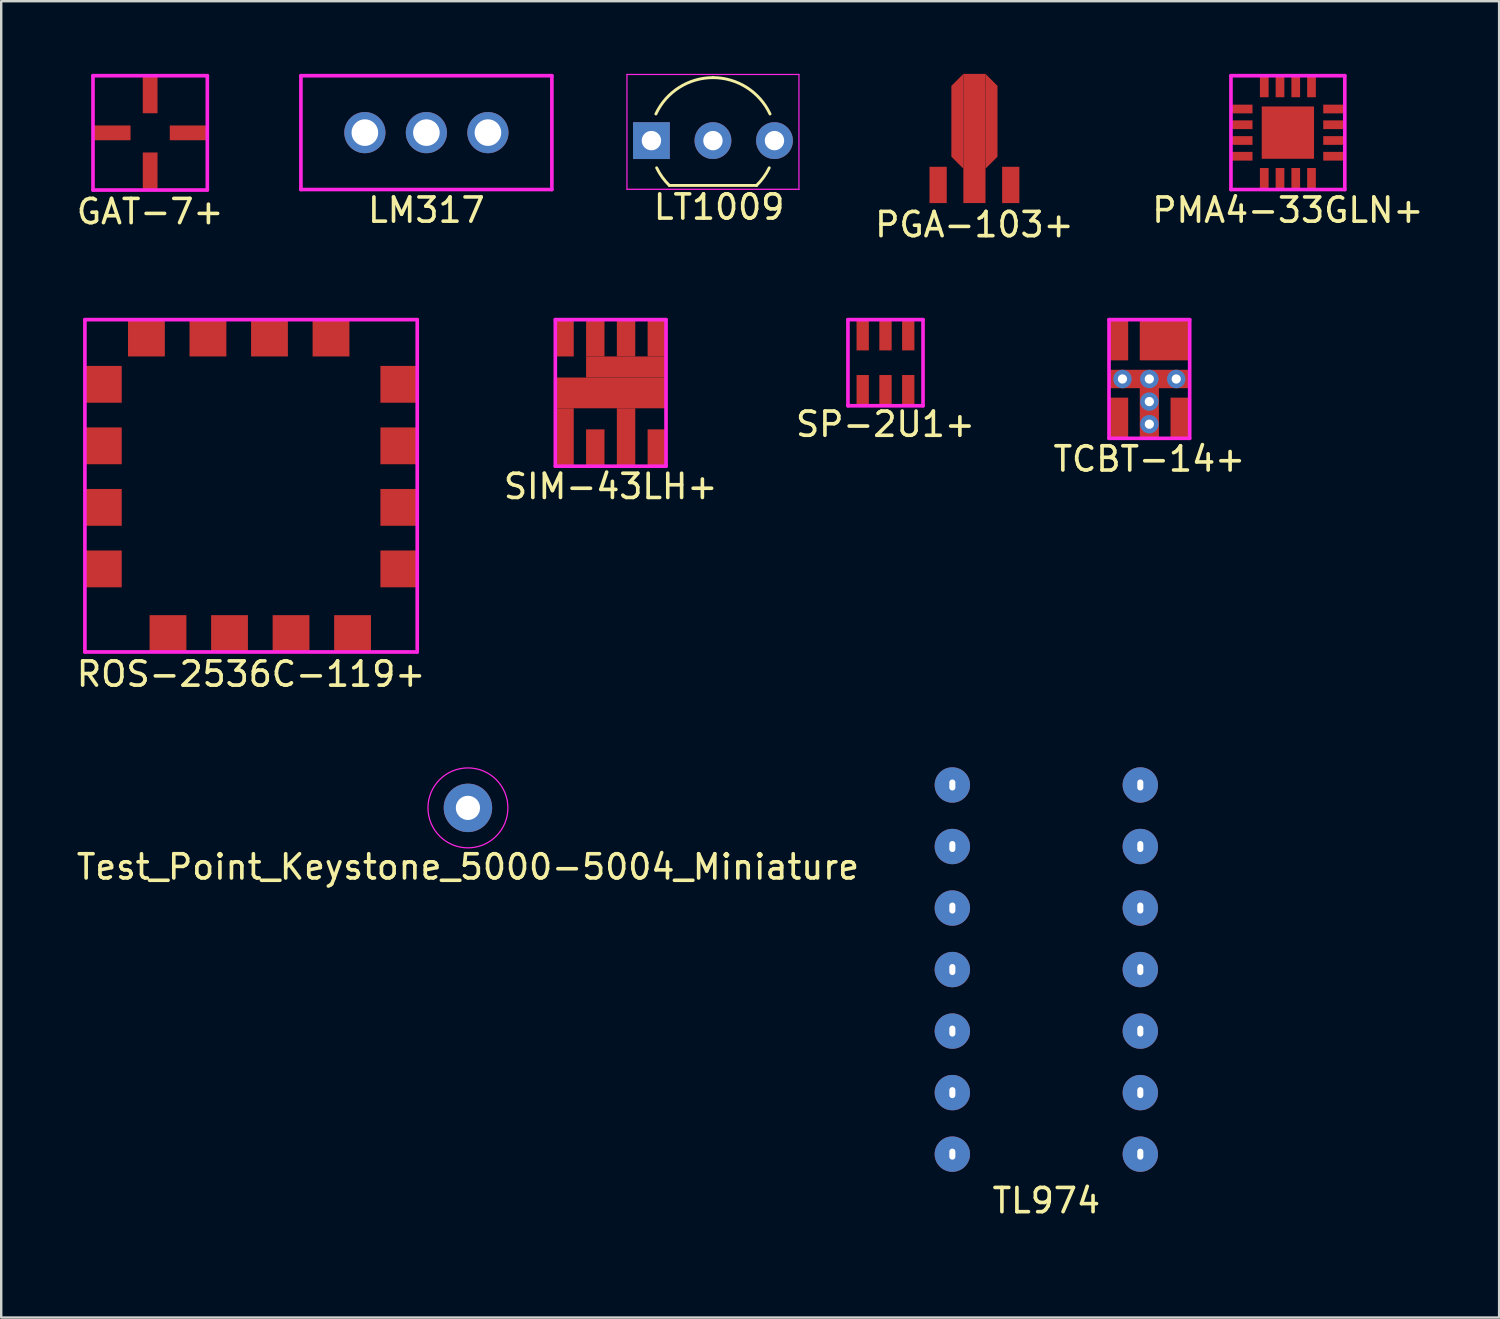
<source format=kicad_pcb>
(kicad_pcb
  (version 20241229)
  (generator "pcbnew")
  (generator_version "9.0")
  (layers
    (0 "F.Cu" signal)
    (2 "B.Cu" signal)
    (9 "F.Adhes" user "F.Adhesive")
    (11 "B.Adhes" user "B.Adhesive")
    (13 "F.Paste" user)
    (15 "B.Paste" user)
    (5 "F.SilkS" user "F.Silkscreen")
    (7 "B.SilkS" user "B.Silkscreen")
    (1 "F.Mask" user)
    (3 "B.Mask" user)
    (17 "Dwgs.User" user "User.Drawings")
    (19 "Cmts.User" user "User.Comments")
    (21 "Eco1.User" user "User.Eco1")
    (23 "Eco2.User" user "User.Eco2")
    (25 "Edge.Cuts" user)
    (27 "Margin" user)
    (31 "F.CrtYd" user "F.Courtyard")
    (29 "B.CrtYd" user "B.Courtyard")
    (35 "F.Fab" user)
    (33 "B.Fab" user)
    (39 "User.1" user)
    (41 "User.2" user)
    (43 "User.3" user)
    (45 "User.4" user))
  (footprint "PMA4-33GLN+"
    (layer "F.Cu")
    (at 50.118 2.425)
    (property "Reference" "PMA4-33GLN+" (at 0 3.2 0) (layer "F.SilkS") (effects (font (size 1 1) (thickness 0.15))))
    (attr through_hole)
    (fp_line (start -2.35 -2.35) (end -2.35 2.35) (stroke (width 0.15) (type solid)) (layer "F.CrtYd"))
    (fp_line (start 2.35 -2.35) (end -2.35 -2.35) (stroke (width 0.15) (type solid)) (layer "F.CrtYd"))
    (fp_line (start 2.35 -2.35) (end 2.35 2.35) (stroke (width 0.15) (type solid)) (layer "F.CrtYd"))
    (fp_line (start 2.35 2.35) (end -2.35 2.35) (stroke (width 0.15) (type solid)) (layer "F.CrtYd"))
    (pad "0" smd rect (at 0 0) (size 2.16 2.16) (layers "F.Cu" "F.Mask" "F.Paste"))
    (pad "1" smd rect (at -1.905 -0.975) (size 0.89 0.36) (layers "F.Cu" "F.Mask" "F.Paste"))
    (pad "1" smd rect (at -0.975 -1.905) (size 0.36 0.89) (layers "F.Cu" "F.Mask" "F.Paste"))
    (pad "1" smd rect (at -0.325 -1.905) (size 0.36 0.89) (layers "F.Cu" "F.Mask" "F.Paste"))
    (pad "1" smd rect (at -0.325 1.905) (size 0.36 0.89) (layers "F.Cu" "F.Mask" "F.Paste"))
    (pad "1" smd rect (at 0.325 -1.905) (size 0.36 0.89) (layers "F.Cu" "F.Mask" "F.Paste"))
    (pad "1" smd rect (at 0.325 1.905) (size 0.36 0.89) (layers "F.Cu" "F.Mask" "F.Paste"))
    (pad "1" smd rect (at 0.975 -1.905) (size 0.36 0.89) (layers "F.Cu" "F.Mask" "F.Paste"))
    (pad "1" smd rect (at 1.905 -0.975) (size 0.89 0.36) (layers "F.Cu" "F.Mask" "F.Paste"))
    (pad "1" smd rect (at 1.905 0.325) (size 0.89 0.36) (layers "F.Cu" "F.Mask" "F.Paste"))
    (pad "1" smd rect (at 1.905 0.975) (size 0.89 0.36) (layers "F.Cu" "F.Mask" "F.Paste"))
    (pad "2" smd rect (at -1.905 -0.325) (size 0.89 0.36) (layers "F.Cu" "F.Mask" "F.Paste"))
    (pad "3" smd rect (at -1.905 0.325) (size 0.89 0.36) (layers "F.Cu" "F.Mask" "F.Paste"))
    (pad "4" smd rect (at -1.905 0.975) (size 0.89 0.36) (layers "F.Cu" "F.Mask" "F.Paste"))
    (pad "5" smd rect (at -0.975 1.905) (size 0.36 0.89) (layers "F.Cu" "F.Mask" "F.Paste"))
    (pad "8" smd rect (at 0.975 1.905) (size 0.36 0.89) (layers "F.Cu" "F.Mask" "F.Paste"))
    (pad "11" smd rect (at 1.905 -0.325) (size 0.89 0.36) (layers "F.Cu" "F.Mask" "F.Paste")))
  (footprint "TCBT-14+"
    (layer "F.Cu")
    (at 44.399 12.596)
    (property "Reference" "TCBT-14+" (at 0 3.302 0) (layer "F.SilkS") (effects (font (size 1 1) (thickness 0.15))))
    (attr through_hole)
    (fp_line (start -1.665 -2.45) (end -1.665 2.45) (stroke (width 0.15) (type solid)) (layer "F.CrtYd"))
    (fp_line (start -1.665 -2.45) (end 1.665 -2.45) (stroke (width 0.15) (type solid)) (layer "F.CrtYd"))
    (fp_line (start -1.665 2.45) (end 1.665 2.45) (stroke (width 0.15) (type solid)) (layer "F.CrtYd"))
    (fp_line (start 1.665 -2.45) (end 1.665 2.45) (stroke (width 0.15) (type solid)) (layer "F.CrtYd"))
    (pad "" thru_hole circle (at -1.11 0) (size 0.762 0.762) (drill 0.381) (layers "*.Cu" "*.Mask"))
    (pad "" thru_hole circle (at 0 0) (size 0.762 0.762) (drill 0.381) (layers "*.Cu" "*.Mask"))
    (pad "" smd rect (at 0 0) (size 3.33 0.76) (layers "F.Cu" "F.Mask" "F.Paste"))
    (pad "" thru_hole circle (at 0 0.933) (size 0.762 0.762) (drill 0.381) (layers "*.Cu" "*.Mask"))
    (pad "" smd rect (at 0 1.395) (size 0.79 2.11) (layers "F.Cu" "F.Mask" "F.Paste"))
    (pad "" thru_hole circle (at 0 1.866) (size 0.762 0.762) (drill 0.381) (layers "*.Cu" "*.Mask"))
    (pad "" thru_hole circle (at 1.11 0) (size 0.762 0.762) (drill 0.381) (layers "*.Cu" "*.Mask"))
    (pad "1" smd rect (at -1.27 1.61) (size 0.79 1.68) (layers "F.Cu" "F.Mask" "F.Paste"))
    (pad "2" smd rect (at 1.27 1.61) (size 0.79 1.68) (layers "F.Cu" "F.Mask" "F.Paste"))
    (pad "3" smd rect (at 0.635 -1.61) (size 2.06 1.68) (layers "F.Cu" "F.Mask" "F.Paste"))
    (pad "4" smd rect (at -1.27 -1.61) (size 0.79 1.68) (layers "F.Cu" "F.Mask" "F.Paste")))
  (footprint "LM317"
    (layer "F.Cu")
    (at 14.553 2.425)
    (property "Reference" "LM317" (at 0 3.2 0) (layer "F.SilkS") (effects (font (size 1 1) (thickness 0.15))))
    (attr through_hole)
    (fp_line (start -5.18 2.35) (end -5.18 -2.35) (stroke (width 0.15) (type solid)) (layer "F.CrtYd"))
    (fp_line (start 5.18 -2.35) (end -5.18 -2.35) (stroke (width 0.15) (type solid)) (layer "F.CrtYd"))
    (fp_line (start 5.18 2.35) (end -5.18 2.35) (stroke (width 0.15) (type solid)) (layer "F.CrtYd"))
    (fp_line (start 5.18 2.35) (end 5.18 -2.35) (stroke (width 0.15) (type solid)) (layer "F.CrtYd"))
    (pad "1" thru_hole circle (at -2.54 0) (size 1.7 1.7) (drill 1.1) (layers "*.Cu" "*.Mask"))
    (pad "2" thru_hole circle (at 0 0) (size 1.7 1.7) (drill 1.1) (layers "*.Cu" "*.Mask"))
    (pad "3" thru_hole circle (at 2.54 0) (size 1.7 1.7) (drill 1.1) (layers "*.Cu" "*.Mask")))
  (footprint "Test_Point_Keystone_5000-5004_Miniature"
    (layer "F.Cu")
    (at 16.268 30.302)
    (property "Reference" "Test_Point_Keystone_5000-5004_Miniature" (at 0 2.438 0) (layer "F.SilkS") (effects (font (size 1 1) (thickness 0.15))))
    (attr exclude_from_pos_files exclude_from_bom)
    (fp_circle (center 0 0) (end 1.65 0) (stroke (width 0.05) (type solid)) (fill no) (layer "F.CrtYd"))
    (pad "1" thru_hole circle (at 0 0) (size 2 2) (drill 1) (layers "*.Cu" "*.Mask")))
  (footprint "SP-2U1+"
    (layer "F.Cu")
    (at 33.506 11.924)
    (property "Reference" "SP-2U1+" (at 0 2.54 0) (layer "F.SilkS") (effects (font (size 1 1) (thickness 0.15))))
    (attr through_hole)
    (fp_line (start -1.55 -1.778) (end -1.55 1.778) (stroke (width 0.15) (type solid)) (layer "F.CrtYd"))
    (fp_line (start -1.55 -1.778) (end 1.55 -1.778) (stroke (width 0.15) (type solid)) (layer "F.CrtYd"))
    (fp_line (start -1.55 1.778) (end 1.55 1.778) (stroke (width 0.15) (type solid)) (layer "F.CrtYd"))
    (fp_line (start 1.55 -1.778) (end 1.55 1.778) (stroke (width 0.15) (type solid)) (layer "F.CrtYd"))
    (pad "1" smd rect (at -0.94 1.143) (size 0.508 1.27) (layers "F.Cu" "F.Mask" "F.Paste"))
    (pad "2" smd rect (at -0.94 -1.143) (size 0.508 1.27) (layers "F.Cu" "F.Mask" "F.Paste"))
    (pad "2" smd rect (at 0 1.143) (size 0.508 1.27) (layers "F.Cu" "F.Mask" "F.Paste"))
    (pad "2" smd rect (at 0.94 -1.143) (size 0.508 1.27) (layers "F.Cu" "F.Mask" "F.Paste"))
    (pad "3" smd rect (at 0.94 1.143) (size 0.508 1.27) (layers "F.Cu" "F.Mask" "F.Paste"))
    (pad "5" smd rect (at 0 -1.143) (size 0.508 1.27) (layers "F.Cu" "F.Mask" "F.Paste")))
  (footprint "ROS-2536C-119+"
    (layer "F.Cu")
    (at 7.315 17.006)
    (property "Reference" "ROS-2536C-119+" (at 0 7.772 0) (layer "F.SilkS") (effects (font (size 1 1) (thickness 0.15))))
    (attr through_hole)
    (fp_line (start -6.86 -6.86) (end 6.86 -6.86) (stroke (width 0.15) (type solid)) (layer "F.CrtYd"))
    (fp_line (start -6.86 6.86) (end -6.86 -6.86) (stroke (width 0.15) (type solid)) (layer "F.CrtYd"))
    (fp_line (start -6.86 6.86) (end 6.86 6.86) (stroke (width 0.15) (type solid)) (layer "F.CrtYd"))
    (fp_line (start 6.86 -6.86) (end 6.86 6.86) (stroke (width 0.15) (type solid)) (layer "F.CrtYd"))
    (pad "1" smd rect (at -6.1 -4.19) (size 1.52 1.52) (layers "F.Cu" "F.Mask" "F.Paste"))
    (pad "1" smd rect (at -6.1 0.89) (size 1.52 1.52) (layers "F.Cu" "F.Mask" "F.Paste"))
    (pad "1" smd rect (at -6.1 3.43) (size 1.52 1.52) (layers "F.Cu" "F.Mask" "F.Paste"))
    (pad "1" smd rect (at -4.32 -6.1) (size 1.52 1.52) (layers "F.Cu" "F.Mask" "F.Paste"))
    (pad "1" smd rect (at -3.43 6.1) (size 1.52 1.52) (layers "F.Cu" "F.Mask" "F.Paste"))
    (pad "1" smd rect (at -1.78 -6.1) (size 1.52 1.52) (layers "F.Cu" "F.Mask" "F.Paste"))
    (pad "1" smd rect (at 1.65 6.1) (size 1.52 1.52) (layers "F.Cu" "F.Mask" "F.Paste"))
    (pad "1" smd rect (at 3.3 -6.1) (size 1.52 1.52) (layers "F.Cu" "F.Mask" "F.Paste"))
    (pad "1" smd rect (at 4.19 6.1) (size 1.52 1.52) (layers "F.Cu" "F.Mask" "F.Paste"))
    (pad "1" smd rect (at 6.1 -4.19) (size 1.52 1.52) (layers "F.Cu" "F.Mask" "F.Paste"))
    (pad "1" smd rect (at 6.1 -1.65) (size 1.52 1.52) (layers "F.Cu" "F.Mask" "F.Paste"))
    (pad "1" smd rect (at 6.1 0.89) (size 1.52 1.52) (layers "F.Cu" "F.Mask" "F.Paste"))
    (pad "1" smd rect (at 6.1 3.43) (size 1.52 1.52) (layers "F.Cu" "F.Mask" "F.Paste"))
    (pad "2" smd rect (at -0.89 6.1) (size 1.52 1.52) (layers "F.Cu" "F.Mask" "F.Paste"))
    (pad "10" smd rect (at 0.76 -6.1) (size 1.52 1.52) (layers "F.Cu" "F.Mask" "F.Paste"))
    (pad "14" smd rect (at -6.1 -1.65) (size 1.52 1.52) (layers "F.Cu" "F.Mask" "F.Paste")))
  (footprint "PGA-103+"
    (layer "F.Cu")
    (at 37.178 2.667)
    (property "Reference" "PGA-103+" (at 0 3.556 0) (layer "F.SilkS") (effects (font (size 1 1) (thickness 0.15))))
    (attr through_hole)
    (pad "1" smd rect (at -1.499 1.918) (size 0.711 1.499) (layers "F.Cu" "F.Mask" "F.Paste"))
    (pad "2" smd trapezoid (at -0.705 -0.711) (size 0.495 3.416) (rect_delta -0.495 0) (layers "F.Cu" "F.Mask" "F.Paste"))
    (pad "2" smd rect (at 0 0) (size 0.914 5.334) (layers "F.Cu" "F.Mask" "F.Paste"))
    (pad "2" smd trapezoid (at 0.705 -0.711) (size 0.495 3.416) (rect_delta 0.495 0) (layers "F.Cu" "F.Mask" "F.Paste"))
    (pad "3" smd rect (at 1.499 1.918) (size 0.711 1.499) (layers "F.Cu" "F.Mask" "F.Paste")))
  (footprint "SIM-43LH+"
    (layer "F.Cu")
    (at 22.161 13.171)
    (property "Reference" "SIM-43LH+" (at 0 3.861 0) (layer "F.SilkS") (effects (font (size 1 1) (thickness 0.15))))
    (attr through_hole)
    (fp_line (start -2.285 -3.025) (end -2.285 3.025) (stroke (width 0.15) (type solid)) (layer "F.CrtYd"))
    (fp_line (start -2.285 -3.025) (end 2.285 -3.025) (stroke (width 0.15) (type solid)) (layer "F.CrtYd"))
    (fp_line (start -2.285 3.025) (end 2.285 3.025) (stroke (width 0.15) (type solid)) (layer "F.CrtYd"))
    (fp_line (start 2.285 -3.025) (end 2.285 3.025) (stroke (width 0.15) (type solid)) (layer "F.CrtYd"))
    (pad "1" smd rect (at -1.905 1.83) (size 0.76 2.39) (layers "F.Cu" "F.Mask" "F.Paste"))
    (pad "1" smd rect (at -0.635 -2.265) (size 0.76 1.52) (layers "F.Cu" "F.Mask" "F.Paste"))
    (pad "1" smd rect (at 0 0) (size 4.57 1.27) (layers "F.Cu" "F.Mask" "F.Paste"))
    (pad "1" smd rect (at 0.635 -2.265) (size 0.76 1.52) (layers "F.Cu" "F.Mask" "F.Paste"))
    (pad "1" smd rect (at 0.635 -1.07) (size 3.3 0.87) (layers "F.Cu" "F.Mask" "F.Paste"))
    (pad "1" smd rect (at 0.635 1.83) (size 0.76 2.39) (layers "F.Cu" "F.Mask" "F.Paste"))
    (pad "1" smd rect (at 1.905 -2.265) (size 0.76 1.52) (layers "F.Cu" "F.Mask" "F.Paste"))
    (pad "2" smd rect (at -0.635 2.265) (size 0.76 1.52) (layers "F.Cu" "F.Mask" "F.Paste"))
    (pad "4" smd rect (at 1.905 2.265) (size 0.76 1.52) (layers "F.Cu" "F.Mask" "F.Paste"))
    (pad "8" smd rect (at -1.905 -2.265) (size 0.76 1.52) (layers "F.Cu" "F.Mask" "F.Paste")))
  (footprint "TL974"
    (layer "F.Cu")
    (at 40.146 48.092)
    (property "Reference" "TL974" (at 0 -1.575 0) (layer "F.SilkS") (effects (font (size 1 1) (thickness 0.15))))
    (attr through_hole)
    (pad "1" thru_hole circle (at -3.88 -18.735) (size 1.46 1.46) (drill oval 0.25 0.455) (layers "*.Cu" "*.Mask"))
    (pad "2" thru_hole circle (at -3.88 -16.195) (size 1.46 1.46) (drill oval 0.25 0.455) (layers "*.Cu" "*.Mask"))
    (pad "3" thru_hole circle (at -3.88 -13.655) (size 1.46 1.46) (drill oval 0.25 0.455) (layers "*.Cu" "*.Mask"))
    (pad "4" thru_hole circle (at -3.88 -11.115) (size 1.46 1.46) (drill oval 0.25 0.455) (layers "*.Cu" "*.Mask"))
    (pad "5" thru_hole circle (at -3.88 -8.575) (size 1.46 1.46) (drill oval 0.25 0.455) (layers "*.Cu" "*.Mask"))
    (pad "6" thru_hole circle (at -3.88 -6.035) (size 1.46 1.46) (drill oval 0.25 0.455) (layers "*.Cu" "*.Mask"))
    (pad "7" thru_hole circle (at -3.88 -3.495) (size 1.46 1.46) (drill oval 0.25 0.455) (layers "*.Cu" "*.Mask"))
    (pad "8" thru_hole circle (at 3.88 -3.495) (size 1.46 1.46) (drill oval 0.25 0.455) (layers "*.Cu" "*.Mask"))
    (pad "9" thru_hole circle (at 3.88 -6.035) (size 1.46 1.46) (drill oval 0.25 0.455) (layers "*.Cu" "*.Mask"))
    (pad "10" thru_hole circle (at 3.88 -8.575) (size 1.46 1.46) (drill oval 0.25 0.455) (layers "*.Cu" "*.Mask"))
    (pad "11" thru_hole circle (at 3.88 -11.115) (size 1.46 1.46) (drill oval 0.25 0.455) (layers "*.Cu" "*.Mask"))
    (pad "12" thru_hole circle (at 3.88 -13.655) (size 1.46 1.46) (drill oval 0.25 0.455) (layers "*.Cu" "*.Mask"))
    (pad "13" thru_hole circle (at 3.88 -16.195) (size 1.46 1.46) (drill oval 0.25 0.455) (layers "*.Cu" "*.Mask"))
    (pad "14" thru_hole circle (at 3.88 -18.735) (size 1.46 1.46) (drill oval 0.25 0.455) (layers "*.Cu" "*.Mask")))
  (footprint "GAT-7+"
    (layer "F.Cu")
    (at 3.149 2.435)
    (property "Reference" "GAT-7+" (at 0 3.251 0) (layer "F.SilkS") (effects (font (size 1 1) (thickness 0.15))))
    (attr through_hole)
    (fp_line (start -2.36 -2.36) (end -2.36 2.36) (stroke (width 0.15) (type solid)) (layer "F.CrtYd"))
    (fp_line (start -2.36 -2.36) (end 2.36 -2.36) (stroke (width 0.15) (type solid)) (layer "F.CrtYd"))
    (fp_line (start -2.36 2.36) (end 2.36 2.36) (stroke (width 0.15) (type solid)) (layer "F.CrtYd"))
    (fp_line (start 2.36 -2.36) (end 2.36 2.36) (stroke (width 0.15) (type solid)) (layer "F.CrtYd"))
    (pad "1" smd rect (at 0 1.585) (size 0.61 1.55) (layers "F.Cu" "F.Mask" "F.Paste"))
    (pad "2" smd rect (at -1.585 0) (size 1.55 0.61) (layers "F.Cu" "F.Mask" "F.Paste"))
    (pad "2" smd rect (at 1.585 0) (size 1.55 0.61) (layers "F.Cu" "F.Mask" "F.Paste"))
    (pad "3" smd rect (at 0 -1.585) (size 0.61 1.55) (layers "F.Cu" "F.Mask" "F.Paste")))
  (footprint "LT1009"
    (layer "F.Cu")
    (at 23.843 2.755)
    (property "Reference" "LT1009" (at 2.794 2.743 180) (layer "F.SilkS") (effects (font (size 1 1) (thickness 0.15))))
    (attr through_hole)
    (fp_line (start 0.74 1.85) (end 4.34 1.85) (stroke (width 0.12) (type solid)) (layer "F.SilkS"))
    (fp_arc (start 0.1836 -1.098807) (mid 1.143021 -2.192817) (end 2.54 -2.6) (stroke (width 0.12) (type solid)) (layer "F.SilkS"))
    (fp_arc (start 0.74 1.85) (mid 0.446097 1.509328) (end 0.215816 1.122795) (stroke (width 0.12) (type solid)) (layer "F.SilkS"))
    (fp_arc (start 2.54 -2.6) (mid 3.936979 -2.192818) (end 4.8964 -1.098807) (stroke (width 0.12) (type solid)) (layer "F.SilkS"))
    (fp_arc (start 4.864184 1.122795) (mid 4.633903 1.509328) (end 4.34 1.85) (stroke (width 0.12) (type solid)) (layer "F.SilkS"))
    (fp_line (start -1.01 -2.73) (end -1.01 2.01) (stroke (width 0.05) (type solid)) (layer "F.CrtYd"))
    (fp_line (start -1.01 -2.73) (end 6.09 -2.73) (stroke (width 0.05) (type solid)) (layer "F.CrtYd"))
    (fp_line (start 6.09 2.01) (end -1.01 2.01) (stroke (width 0.05) (type solid)) (layer "F.CrtYd"))
    (fp_line (start 6.09 2.01) (end 6.09 -2.73) (stroke (width 0.05) (type solid)) (layer "F.CrtYd"))
    (pad "1" thru_hole rect (at 0 0 90) (size 1.52 1.52) (drill 0.8) (layers "*.Cu" "*.Mask"))
    (pad "2" thru_hole circle (at 2.54 0 90) (size 1.52 1.52) (drill 0.8) (layers "*.Cu" "*.Mask"))
    (pad "3" thru_hole circle (at 5.08 0 90) (size 1.52 1.52) (drill 0.8) (layers "*.Cu" "*.Mask")))
  (gr_rect
    (start -3 -3)
    (end 58.839 51.342)
    (stroke (width 0.1) (type default))
    (fill no)
    (layer "Edge.Cuts")))
</source>
